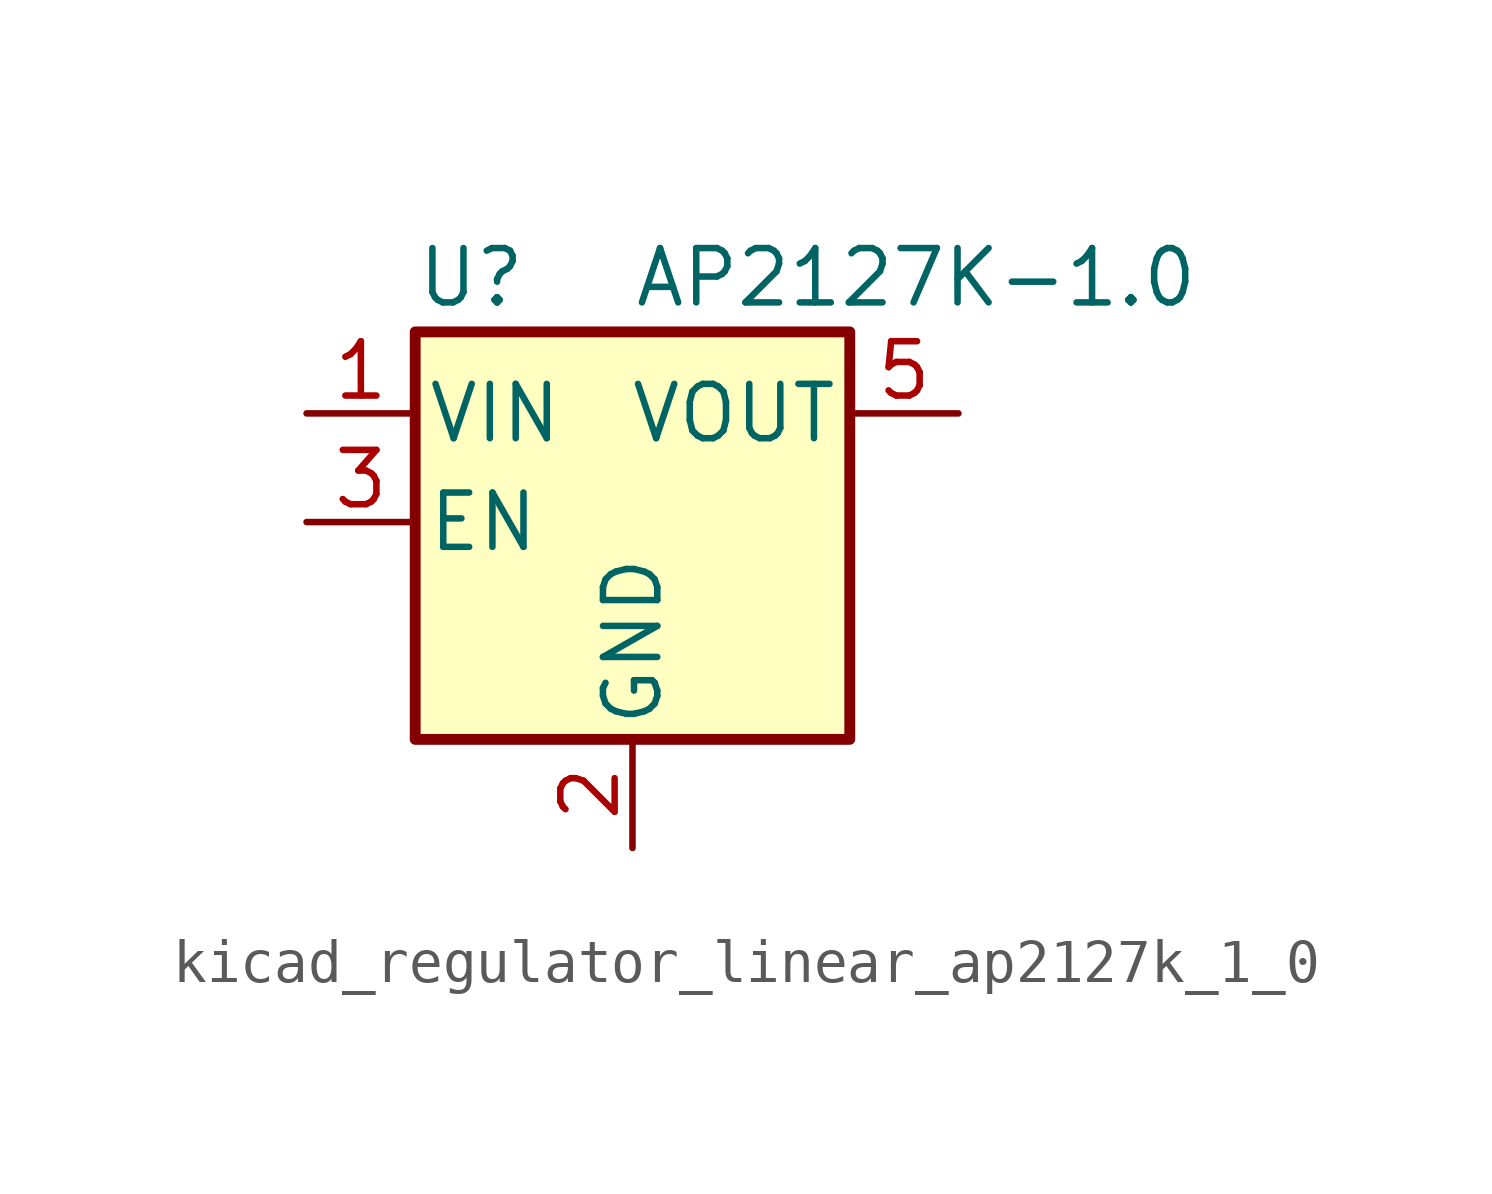
<source format=kicad_sym>
(kicad_symbol_lib
  (version 20220914)
  (generator kicad_symbol_editor)
  (symbol "kicad_regulator_linear_ap2127k_1_0"
    (pin_names
      (offset 0.254))
    (property "Reference" "U"
      (at -5.08 5.715 0)
      (effects (font (size 1.27 1.27)) (justify left)))
    (property "Value" "AP2127K-1.0"
      (at 0 5.715 0)
      (effects (font (size 1.27 1.27)) (justify left)))
    (symbol "kicad_regulator_linear_ap2127k_1_0_0_1"
      (rectangle (start -5.08 4.445) (end 5.08 -5.08) (stroke (width 0.254) (type default)) (fill (type background))))
    (symbol "kicad_regulator_linear_ap2127k_1_0_1_1"
      (pin power_in line (at -7.62 2.54 0) (length 2.54) (name "VIN" (effects (font (size 1.27 1.27)))) (number "1" (effects (font (size 1.27 1.27)))))
      (pin power_in line (at 0 -7.62 90) (length 2.54) (name "GND" (effects (font (size 1.27 1.27)))) (number "2" (effects (font (size 1.27 1.27)))))
      (pin input line (at -7.62 0 0) (length 2.54) (name "EN" (effects (font (size 1.27 1.27)))) (number "3" (effects (font (size 1.27 1.27)))))
      (pin no_connect line (at 5.08 0 180) (length 2.54) hide (name "NC" (effects (font (size 1.27 1.27)))) (number "4" (effects (font (size 1.27 1.27)))))
      (pin power_out line (at 7.62 2.54 180) (length 2.54) (name "VOUT" (effects (font (size 1.27 1.27)))) (number "5" (effects (font (size 1.27 1.27))))))))
</source>
